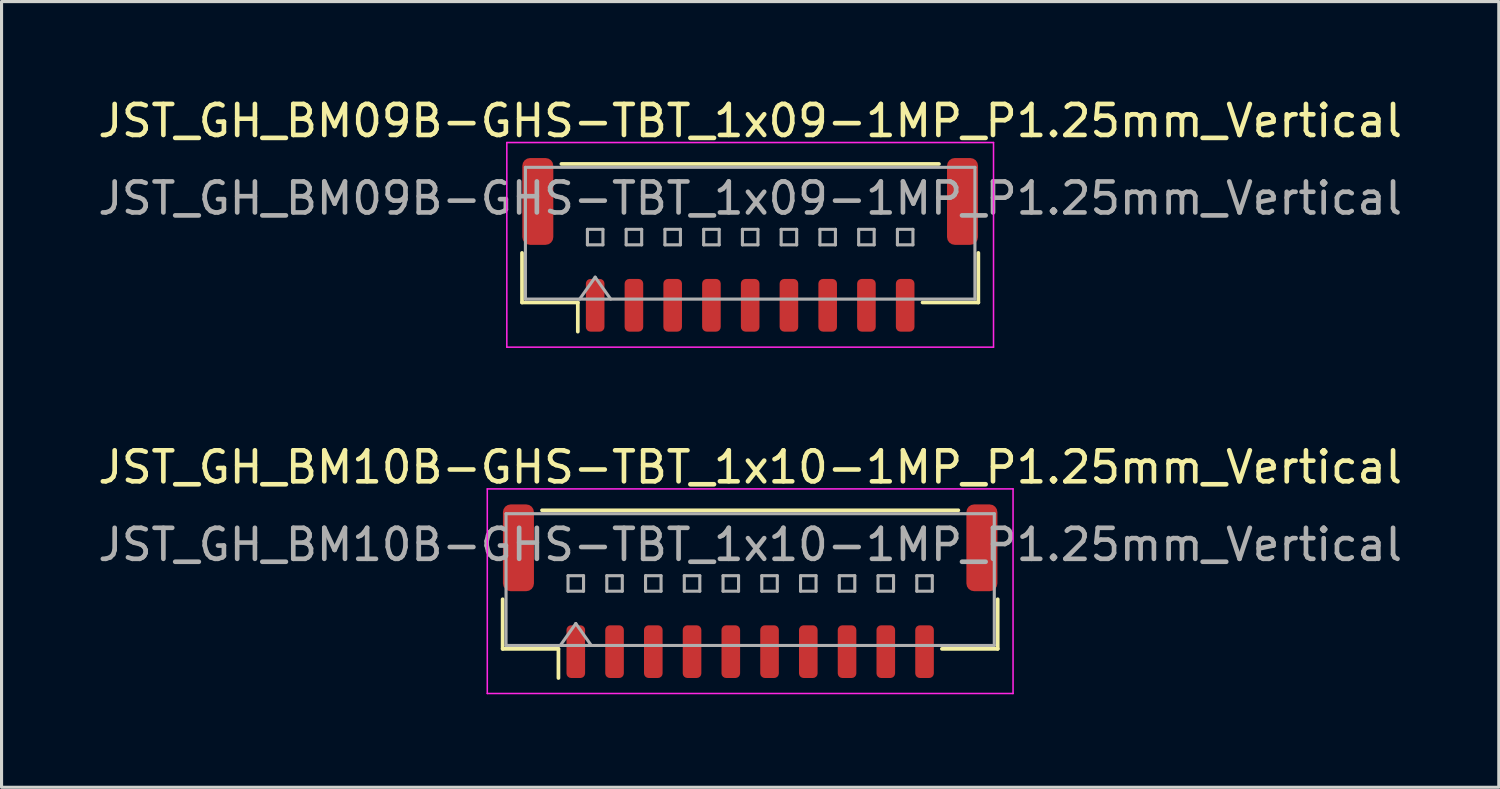
<source format=kicad_pcb>
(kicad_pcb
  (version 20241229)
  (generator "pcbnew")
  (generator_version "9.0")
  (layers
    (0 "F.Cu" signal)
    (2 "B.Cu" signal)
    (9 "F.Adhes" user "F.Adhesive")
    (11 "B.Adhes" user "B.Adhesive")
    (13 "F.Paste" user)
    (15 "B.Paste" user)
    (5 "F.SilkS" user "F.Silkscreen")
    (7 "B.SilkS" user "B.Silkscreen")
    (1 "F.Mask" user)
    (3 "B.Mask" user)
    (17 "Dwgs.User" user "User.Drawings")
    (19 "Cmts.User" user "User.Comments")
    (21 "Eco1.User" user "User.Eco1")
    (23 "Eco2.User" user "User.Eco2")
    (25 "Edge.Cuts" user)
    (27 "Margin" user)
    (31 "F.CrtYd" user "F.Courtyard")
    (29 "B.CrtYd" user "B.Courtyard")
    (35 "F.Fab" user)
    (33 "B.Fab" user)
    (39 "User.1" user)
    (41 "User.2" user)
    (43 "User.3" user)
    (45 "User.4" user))
  (footprint "JST_GH_BM10B-GHS-TBT_1x10-1MP_P1.25mm_Vertical"
    (layer "F.Cu")
    (at 21.149 16.021)
    (property "Reference" "JST_GH_BM10B-GHS-TBT_1x10-1MP_P1.25mm_Vertical" (at 0 -4 0) (layer "F.SilkS") (effects (font (size 1 1) (thickness 0.15))))
    (attr smd)
    (fp_line (start -7.985 0.26) (end -7.985 1.86) (stroke (width 0.12) (type solid)) (layer "F.SilkS"))
    (fp_line (start -7.985 1.86) (end -6.185 1.86) (stroke (width 0.12) (type solid)) (layer "F.SilkS"))
    (fp_line (start -6.715 -2.61) (end 6.715 -2.61) (stroke (width 0.12) (type solid)) (layer "F.SilkS"))
    (fp_line (start -6.185 1.86) (end -6.185 2.8) (stroke (width 0.12) (type solid)) (layer "F.SilkS"))
    (fp_line (start 7.985 0.26) (end 7.985 1.86) (stroke (width 0.12) (type solid)) (layer "F.SilkS"))
    (fp_line (start 7.985 1.86) (end 6.185 1.86) (stroke (width 0.12) (type solid)) (layer "F.SilkS"))
    (fp_line (start -8.48 -3.3) (end -8.48 3.3) (stroke (width 0.05) (type solid)) (layer "F.CrtYd"))
    (fp_line (start -8.48 3.3) (end 8.48 3.3) (stroke (width 0.05) (type solid)) (layer "F.CrtYd"))
    (fp_line (start 8.48 -3.3) (end -8.48 -3.3) (stroke (width 0.05) (type solid)) (layer "F.CrtYd"))
    (fp_line (start 8.48 3.3) (end 8.48 -3.3) (stroke (width 0.05) (type solid)) (layer "F.CrtYd"))
    (fp_line (start -7.875 -2.5) (end 7.875 -2.5) (stroke (width 0.1) (type solid)) (layer "F.Fab"))
    (fp_line (start -7.875 1.75) (end -7.875 -2.5) (stroke (width 0.1) (type solid)) (layer "F.Fab"))
    (fp_line (start -7.875 1.75) (end 7.875 1.75) (stroke (width 0.1) (type solid)) (layer "F.Fab"))
    (fp_line (start -6.125 1.75) (end -5.625 1.043) (stroke (width 0.1) (type solid)) (layer "F.Fab"))
    (fp_line (start -5.875 -0.5) (end -5.875 0) (stroke (width 0.1) (type solid)) (layer "F.Fab"))
    (fp_line (start -5.875 0) (end -5.375 0) (stroke (width 0.1) (type solid)) (layer "F.Fab"))
    (fp_line (start -5.625 1.043) (end -5.125 1.75) (stroke (width 0.1) (type solid)) (layer "F.Fab"))
    (fp_line (start -5.375 -0.5) (end -5.875 -0.5) (stroke (width 0.1) (type solid)) (layer "F.Fab"))
    (fp_line (start -5.375 0) (end -5.375 -0.5) (stroke (width 0.1) (type solid)) (layer "F.Fab"))
    (fp_line (start -4.625 -0.5) (end -4.625 0) (stroke (width 0.1) (type solid)) (layer "F.Fab"))
    (fp_line (start -4.625 0) (end -4.125 0) (stroke (width 0.1) (type solid)) (layer "F.Fab"))
    (fp_line (start -4.125 -0.5) (end -4.625 -0.5) (stroke (width 0.1) (type solid)) (layer "F.Fab"))
    (fp_line (start -4.125 0) (end -4.125 -0.5) (stroke (width 0.1) (type solid)) (layer "F.Fab"))
    (fp_line (start -3.375 -0.5) (end -3.375 0) (stroke (width 0.1) (type solid)) (layer "F.Fab"))
    (fp_line (start -3.375 0) (end -2.875 0) (stroke (width 0.1) (type solid)) (layer "F.Fab"))
    (fp_line (start -2.875 -0.5) (end -3.375 -0.5) (stroke (width 0.1) (type solid)) (layer "F.Fab"))
    (fp_line (start -2.875 0) (end -2.875 -0.5) (stroke (width 0.1) (type solid)) (layer "F.Fab"))
    (fp_line (start -2.125 -0.5) (end -2.125 0) (stroke (width 0.1) (type solid)) (layer "F.Fab"))
    (fp_line (start -2.125 0) (end -1.625 0) (stroke (width 0.1) (type solid)) (layer "F.Fab"))
    (fp_line (start -1.625 -0.5) (end -2.125 -0.5) (stroke (width 0.1) (type solid)) (layer "F.Fab"))
    (fp_line (start -1.625 0) (end -1.625 -0.5) (stroke (width 0.1) (type solid)) (layer "F.Fab"))
    (fp_line (start -0.875 -0.5) (end -0.875 0) (stroke (width 0.1) (type solid)) (layer "F.Fab"))
    (fp_line (start -0.875 0) (end -0.375 0) (stroke (width 0.1) (type solid)) (layer "F.Fab"))
    (fp_line (start -0.375 -0.5) (end -0.875 -0.5) (stroke (width 0.1) (type solid)) (layer "F.Fab"))
    (fp_line (start -0.375 0) (end -0.375 -0.5) (stroke (width 0.1) (type solid)) (layer "F.Fab"))
    (fp_line (start 0.375 -0.5) (end 0.375 0) (stroke (width 0.1) (type solid)) (layer "F.Fab"))
    (fp_line (start 0.375 0) (end 0.875 0) (stroke (width 0.1) (type solid)) (layer "F.Fab"))
    (fp_line (start 0.875 -0.5) (end 0.375 -0.5) (stroke (width 0.1) (type solid)) (layer "F.Fab"))
    (fp_line (start 0.875 0) (end 0.875 -0.5) (stroke (width 0.1) (type solid)) (layer "F.Fab"))
    (fp_line (start 1.625 -0.5) (end 1.625 0) (stroke (width 0.1) (type solid)) (layer "F.Fab"))
    (fp_line (start 1.625 0) (end 2.125 0) (stroke (width 0.1) (type solid)) (layer "F.Fab"))
    (fp_line (start 2.125 -0.5) (end 1.625 -0.5) (stroke (width 0.1) (type solid)) (layer "F.Fab"))
    (fp_line (start 2.125 0) (end 2.125 -0.5) (stroke (width 0.1) (type solid)) (layer "F.Fab"))
    (fp_line (start 2.875 -0.5) (end 2.875 0) (stroke (width 0.1) (type solid)) (layer "F.Fab"))
    (fp_line (start 2.875 0) (end 3.375 0) (stroke (width 0.1) (type solid)) (layer "F.Fab"))
    (fp_line (start 3.375 -0.5) (end 2.875 -0.5) (stroke (width 0.1) (type solid)) (layer "F.Fab"))
    (fp_line (start 3.375 0) (end 3.375 -0.5) (stroke (width 0.1) (type solid)) (layer "F.Fab"))
    (fp_line (start 4.125 -0.5) (end 4.125 0) (stroke (width 0.1) (type solid)) (layer "F.Fab"))
    (fp_line (start 4.125 0) (end 4.625 0) (stroke (width 0.1) (type solid)) (layer "F.Fab"))
    (fp_line (start 4.625 -0.5) (end 4.125 -0.5) (stroke (width 0.1) (type solid)) (layer "F.Fab"))
    (fp_line (start 4.625 0) (end 4.625 -0.5) (stroke (width 0.1) (type solid)) (layer "F.Fab"))
    (fp_line (start 5.375 -0.5) (end 5.375 0) (stroke (width 0.1) (type solid)) (layer "F.Fab"))
    (fp_line (start 5.375 0) (end 5.875 0) (stroke (width 0.1) (type solid)) (layer "F.Fab"))
    (fp_line (start 5.875 -0.5) (end 5.375 -0.5) (stroke (width 0.1) (type solid)) (layer "F.Fab"))
    (fp_line (start 5.875 0) (end 5.875 -0.5) (stroke (width 0.1) (type solid)) (layer "F.Fab"))
    (fp_line (start 7.875 1.75) (end 7.875 -2.5) (stroke (width 0.1) (type solid)) (layer "F.Fab"))
    (fp_text user "${REFERENCE}" (at 0 -1.5 0) (layer "F.Fab") (effects (font (size 1 1) (thickness 0.15))))
    (pad "1" smd roundrect (at -5.625 1.95) (size 0.6 1.7) (layers "F.Cu" "F.Mask" "F.Paste") (roundrect_rratio 0.25))
    (pad "2" smd roundrect (at -4.375 1.95) (size 0.6 1.7) (layers "F.Cu" "F.Mask" "F.Paste") (roundrect_rratio 0.25))
    (pad "3" smd roundrect (at -3.125 1.95) (size 0.6 1.7) (layers "F.Cu" "F.Mask" "F.Paste") (roundrect_rratio 0.25))
    (pad "4" smd roundrect (at -1.875 1.95) (size 0.6 1.7) (layers "F.Cu" "F.Mask" "F.Paste") (roundrect_rratio 0.25))
    (pad "5" smd roundrect (at -0.625 1.95) (size 0.6 1.7) (layers "F.Cu" "F.Mask" "F.Paste") (roundrect_rratio 0.25))
    (pad "6" smd roundrect (at 0.625 1.95) (size 0.6 1.7) (layers "F.Cu" "F.Mask" "F.Paste") (roundrect_rratio 0.25))
    (pad "7" smd roundrect (at 1.875 1.95) (size 0.6 1.7) (layers "F.Cu" "F.Mask" "F.Paste") (roundrect_rratio 0.25))
    (pad "8" smd roundrect (at 3.125 1.95) (size 0.6 1.7) (layers "F.Cu" "F.Mask" "F.Paste") (roundrect_rratio 0.25))
    (pad "9" smd roundrect (at 4.375 1.95) (size 0.6 1.7) (layers "F.Cu" "F.Mask" "F.Paste") (roundrect_rratio 0.25))
    (pad "10" smd roundrect (at 5.625 1.95) (size 0.6 1.7) (layers "F.Cu" "F.Mask" "F.Paste") (roundrect_rratio 0.25))
    (pad "MP" smd roundrect (at -7.475 -1.4) (size 1 2.8) (layers "F.Cu" "F.Mask" "F.Paste") (roundrect_rratio 0.25))
    (pad "MP" smd roundrect (at 7.475 -1.4) (size 1 2.8) (layers "F.Cu" "F.Mask" "F.Paste") (roundrect_rratio 0.25)))
  (footprint "JST_GH_BM09B-GHS-TBT_1x09-1MP_P1.25mm_Vertical"
    (layer "F.Cu")
    (at 21.149 4.848)
    (property "Reference" "JST_GH_BM09B-GHS-TBT_1x09-1MP_P1.25mm_Vertical" (at 0 -4 0) (layer "F.SilkS") (effects (font (size 1 1) (thickness 0.15))))
    (attr smd)
    (fp_line (start -7.36 0.26) (end -7.36 1.86) (stroke (width 0.12) (type solid)) (layer "F.SilkS"))
    (fp_line (start -7.36 1.86) (end -5.56 1.86) (stroke (width 0.12) (type solid)) (layer "F.SilkS"))
    (fp_line (start -6.09 -2.61) (end 6.09 -2.61) (stroke (width 0.12) (type solid)) (layer "F.SilkS"))
    (fp_line (start -5.56 1.86) (end -5.56 2.8) (stroke (width 0.12) (type solid)) (layer "F.SilkS"))
    (fp_line (start 7.36 0.26) (end 7.36 1.86) (stroke (width 0.12) (type solid)) (layer "F.SilkS"))
    (fp_line (start 7.36 1.86) (end 5.56 1.86) (stroke (width 0.12) (type solid)) (layer "F.SilkS"))
    (fp_line (start -7.85 -3.3) (end -7.85 3.3) (stroke (width 0.05) (type solid)) (layer "F.CrtYd"))
    (fp_line (start -7.85 3.3) (end 7.85 3.3) (stroke (width 0.05) (type solid)) (layer "F.CrtYd"))
    (fp_line (start 7.85 -3.3) (end -7.85 -3.3) (stroke (width 0.05) (type solid)) (layer "F.CrtYd"))
    (fp_line (start 7.85 3.3) (end 7.85 -3.3) (stroke (width 0.05) (type solid)) (layer "F.CrtYd"))
    (fp_line (start -7.25 -2.5) (end 7.25 -2.5) (stroke (width 0.1) (type solid)) (layer "F.Fab"))
    (fp_line (start -7.25 1.75) (end -7.25 -2.5) (stroke (width 0.1) (type solid)) (layer "F.Fab"))
    (fp_line (start -7.25 1.75) (end 7.25 1.75) (stroke (width 0.1) (type solid)) (layer "F.Fab"))
    (fp_line (start -5.5 1.75) (end -5 1.043) (stroke (width 0.1) (type solid)) (layer "F.Fab"))
    (fp_line (start -5.25 -0.5) (end -5.25 0) (stroke (width 0.1) (type solid)) (layer "F.Fab"))
    (fp_line (start -5.25 0) (end -4.75 0) (stroke (width 0.1) (type solid)) (layer "F.Fab"))
    (fp_line (start -5 1.043) (end -4.5 1.75) (stroke (width 0.1) (type solid)) (layer "F.Fab"))
    (fp_line (start -4.75 -0.5) (end -5.25 -0.5) (stroke (width 0.1) (type solid)) (layer "F.Fab"))
    (fp_line (start -4.75 0) (end -4.75 -0.5) (stroke (width 0.1) (type solid)) (layer "F.Fab"))
    (fp_line (start -4 -0.5) (end -4 0) (stroke (width 0.1) (type solid)) (layer "F.Fab"))
    (fp_line (start -4 0) (end -3.5 0) (stroke (width 0.1) (type solid)) (layer "F.Fab"))
    (fp_line (start -3.5 -0.5) (end -4 -0.5) (stroke (width 0.1) (type solid)) (layer "F.Fab"))
    (fp_line (start -3.5 0) (end -3.5 -0.5) (stroke (width 0.1) (type solid)) (layer "F.Fab"))
    (fp_line (start -2.75 -0.5) (end -2.75 0) (stroke (width 0.1) (type solid)) (layer "F.Fab"))
    (fp_line (start -2.75 0) (end -2.25 0) (stroke (width 0.1) (type solid)) (layer "F.Fab"))
    (fp_line (start -2.25 -0.5) (end -2.75 -0.5) (stroke (width 0.1) (type solid)) (layer "F.Fab"))
    (fp_line (start -2.25 0) (end -2.25 -0.5) (stroke (width 0.1) (type solid)) (layer "F.Fab"))
    (fp_line (start -1.5 -0.5) (end -1.5 0) (stroke (width 0.1) (type solid)) (layer "F.Fab"))
    (fp_line (start -1.5 0) (end -1 0) (stroke (width 0.1) (type solid)) (layer "F.Fab"))
    (fp_line (start -1 -0.5) (end -1.5 -0.5) (stroke (width 0.1) (type solid)) (layer "F.Fab"))
    (fp_line (start -1 0) (end -1 -0.5) (stroke (width 0.1) (type solid)) (layer "F.Fab"))
    (fp_line (start -0.25 -0.5) (end -0.25 0) (stroke (width 0.1) (type solid)) (layer "F.Fab"))
    (fp_line (start -0.25 0) (end 0.25 0) (stroke (width 0.1) (type solid)) (layer "F.Fab"))
    (fp_line (start 0.25 -0.5) (end -0.25 -0.5) (stroke (width 0.1) (type solid)) (layer "F.Fab"))
    (fp_line (start 0.25 0) (end 0.25 -0.5) (stroke (width 0.1) (type solid)) (layer "F.Fab"))
    (fp_line (start 1 -0.5) (end 1 0) (stroke (width 0.1) (type solid)) (layer "F.Fab"))
    (fp_line (start 1 0) (end 1.5 0) (stroke (width 0.1) (type solid)) (layer "F.Fab"))
    (fp_line (start 1.5 -0.5) (end 1 -0.5) (stroke (width 0.1) (type solid)) (layer "F.Fab"))
    (fp_line (start 1.5 0) (end 1.5 -0.5) (stroke (width 0.1) (type solid)) (layer "F.Fab"))
    (fp_line (start 2.25 -0.5) (end 2.25 0) (stroke (width 0.1) (type solid)) (layer "F.Fab"))
    (fp_line (start 2.25 0) (end 2.75 0) (stroke (width 0.1) (type solid)) (layer "F.Fab"))
    (fp_line (start 2.75 -0.5) (end 2.25 -0.5) (stroke (width 0.1) (type solid)) (layer "F.Fab"))
    (fp_line (start 2.75 0) (end 2.75 -0.5) (stroke (width 0.1) (type solid)) (layer "F.Fab"))
    (fp_line (start 3.5 -0.5) (end 3.5 0) (stroke (width 0.1) (type solid)) (layer "F.Fab"))
    (fp_line (start 3.5 0) (end 4 0) (stroke (width 0.1) (type solid)) (layer "F.Fab"))
    (fp_line (start 4 -0.5) (end 3.5 -0.5) (stroke (width 0.1) (type solid)) (layer "F.Fab"))
    (fp_line (start 4 0) (end 4 -0.5) (stroke (width 0.1) (type solid)) (layer "F.Fab"))
    (fp_line (start 4.75 -0.5) (end 4.75 0) (stroke (width 0.1) (type solid)) (layer "F.Fab"))
    (fp_line (start 4.75 0) (end 5.25 0) (stroke (width 0.1) (type solid)) (layer "F.Fab"))
    (fp_line (start 5.25 -0.5) (end 4.75 -0.5) (stroke (width 0.1) (type solid)) (layer "F.Fab"))
    (fp_line (start 5.25 0) (end 5.25 -0.5) (stroke (width 0.1) (type solid)) (layer "F.Fab"))
    (fp_line (start 7.25 1.75) (end 7.25 -2.5) (stroke (width 0.1) (type solid)) (layer "F.Fab"))
    (fp_text user "${REFERENCE}" (at 0 -1.5 0) (layer "F.Fab") (effects (font (size 1 1) (thickness 0.15))))
    (pad "1" smd roundrect (at -5 1.95) (size 0.6 1.7) (layers "F.Cu" "F.Mask" "F.Paste") (roundrect_rratio 0.25))
    (pad "2" smd roundrect (at -3.75 1.95) (size 0.6 1.7) (layers "F.Cu" "F.Mask" "F.Paste") (roundrect_rratio 0.25))
    (pad "3" smd roundrect (at -2.5 1.95) (size 0.6 1.7) (layers "F.Cu" "F.Mask" "F.Paste") (roundrect_rratio 0.25))
    (pad "4" smd roundrect (at -1.25 1.95) (size 0.6 1.7) (layers "F.Cu" "F.Mask" "F.Paste") (roundrect_rratio 0.25))
    (pad "5" smd roundrect (at 0 1.95) (size 0.6 1.7) (layers "F.Cu" "F.Mask" "F.Paste") (roundrect_rratio 0.25))
    (pad "6" smd roundrect (at 1.25 1.95) (size 0.6 1.7) (layers "F.Cu" "F.Mask" "F.Paste") (roundrect_rratio 0.25))
    (pad "7" smd roundrect (at 2.5 1.95) (size 0.6 1.7) (layers "F.Cu" "F.Mask" "F.Paste") (roundrect_rratio 0.25))
    (pad "8" smd roundrect (at 3.75 1.95) (size 0.6 1.7) (layers "F.Cu" "F.Mask" "F.Paste") (roundrect_rratio 0.25))
    (pad "9" smd roundrect (at 5 1.95) (size 0.6 1.7) (layers "F.Cu" "F.Mask" "F.Paste") (roundrect_rratio 0.25))
    (pad "MP" smd roundrect (at -6.85 -1.4) (size 1 2.8) (layers "F.Cu" "F.Mask" "F.Paste") (roundrect_rratio 0.25))
    (pad "MP" smd roundrect (at 6.85 -1.4) (size 1 2.8) (layers "F.Cu" "F.Mask" "F.Paste") (roundrect_rratio 0.25)))
  (gr_rect
    (start -3 -3)
    (end 45.298 22.346)
    (stroke (width 0.1) (type default))
    (fill no)
    (layer "Edge.Cuts")))
</source>
